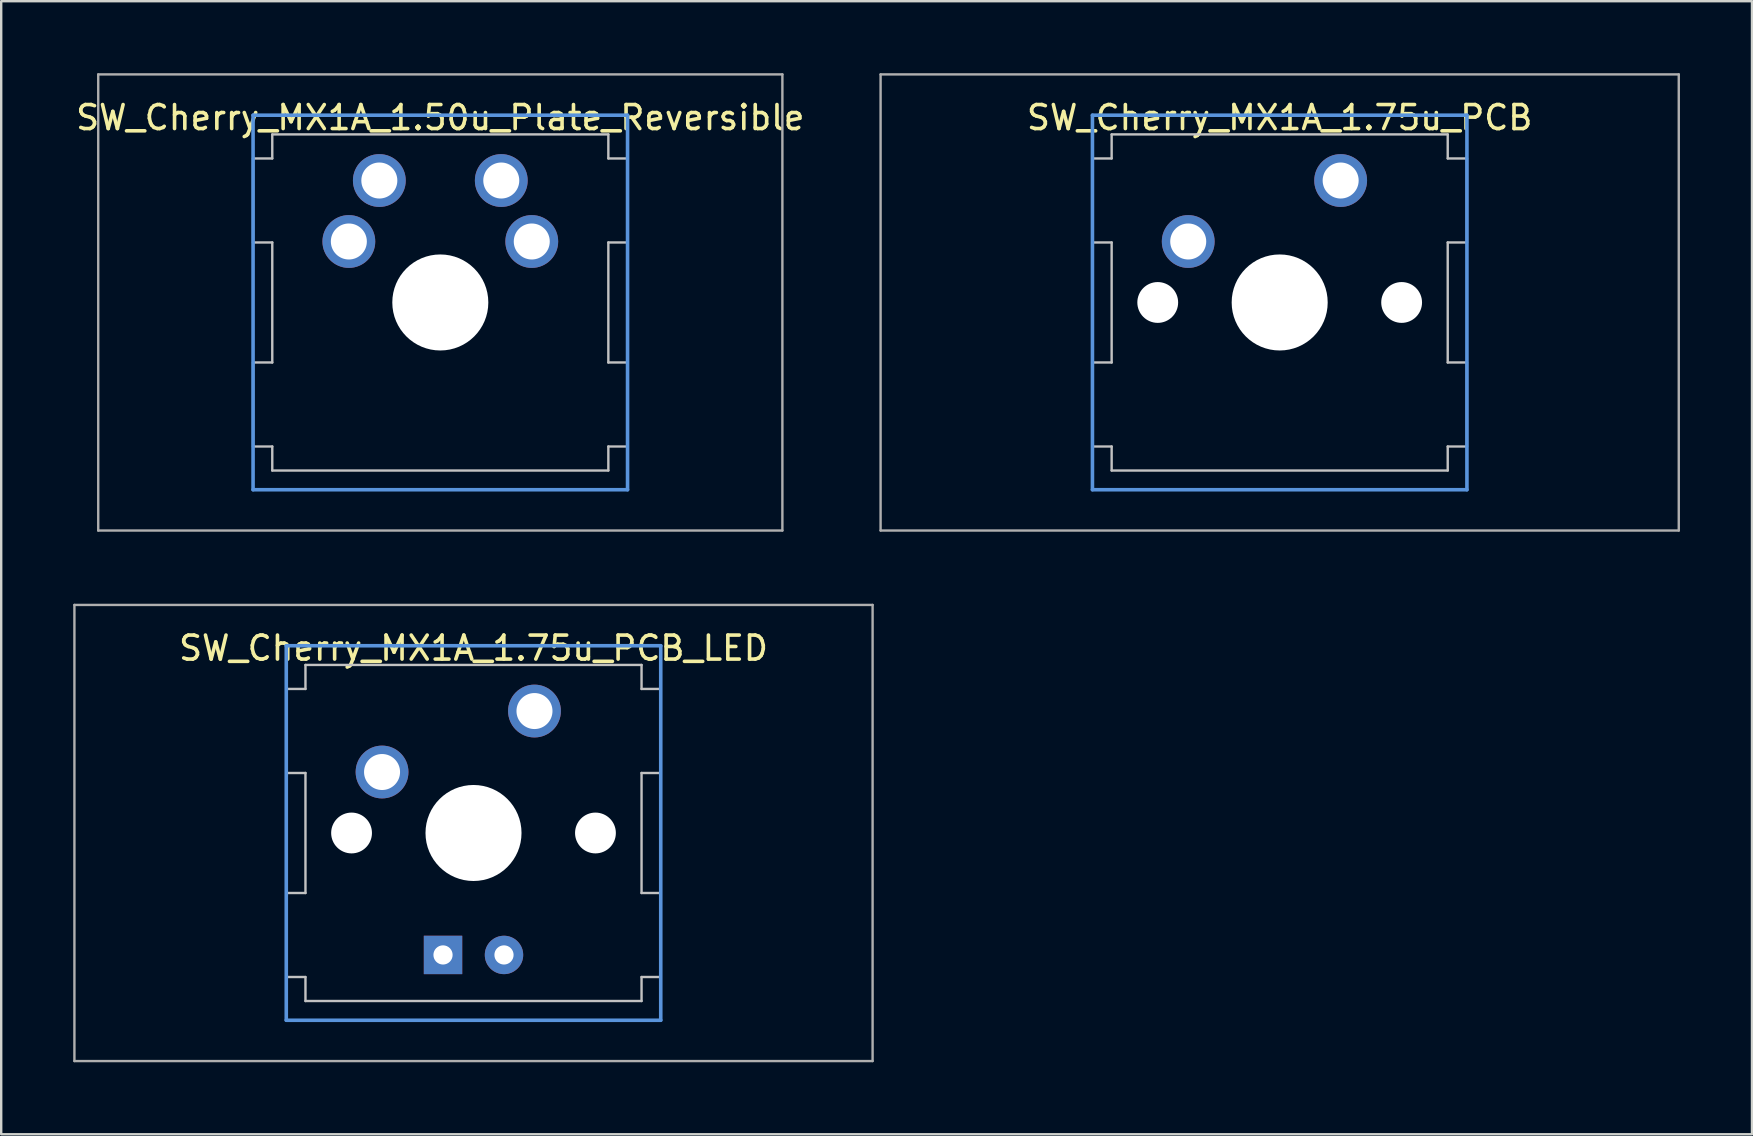
<source format=kicad_pcb>
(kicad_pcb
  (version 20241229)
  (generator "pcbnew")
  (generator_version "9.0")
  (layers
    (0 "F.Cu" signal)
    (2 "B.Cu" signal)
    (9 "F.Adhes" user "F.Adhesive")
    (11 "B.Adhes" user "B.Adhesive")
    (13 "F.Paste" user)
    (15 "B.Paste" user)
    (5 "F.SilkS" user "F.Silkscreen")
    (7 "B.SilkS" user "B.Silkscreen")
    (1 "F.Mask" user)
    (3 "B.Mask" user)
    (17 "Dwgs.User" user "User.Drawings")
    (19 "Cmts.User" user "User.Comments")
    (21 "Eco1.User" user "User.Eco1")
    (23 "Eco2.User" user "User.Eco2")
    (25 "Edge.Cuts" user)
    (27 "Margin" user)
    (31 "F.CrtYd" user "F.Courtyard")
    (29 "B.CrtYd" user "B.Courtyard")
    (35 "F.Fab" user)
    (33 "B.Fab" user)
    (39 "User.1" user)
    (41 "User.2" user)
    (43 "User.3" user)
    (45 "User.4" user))
  (footprint "SW_Cherry_MX1A_1.75u_PCB"
    (layer "F.Cu")
    (at 50.258 9.55)
    (property "Reference" "SW_Cherry_MX1A_1.75u_PCB" (at 0 -7.7 0) (layer "F.SilkS") (effects (font (size 1 1) (thickness 0.15))))
    (attr through_hole)
    (fp_line (start -7.8 -6) (end -7 -6) (stroke (width 0.1) (type solid)) (layer "Dwgs.User"))
    (fp_line (start -7.8 -2.5) (end -7.8 -6) (stroke (width 0.1) (type solid)) (layer "Dwgs.User"))
    (fp_line (start -7.8 -2.5) (end -7 -2.5) (stroke (width 0.1) (type solid)) (layer "Dwgs.User"))
    (fp_line (start -7.8 2.5) (end -7 2.5) (stroke (width 0.1) (type solid)) (layer "Dwgs.User"))
    (fp_line (start -7.8 6) (end -7.8 2.5) (stroke (width 0.1) (type solid)) (layer "Dwgs.User"))
    (fp_line (start -7.8 6) (end -7 6) (stroke (width 0.1) (type solid)) (layer "Dwgs.User"))
    (fp_line (start -7 -7) (end 7 -7) (stroke (width 0.1) (type solid)) (layer "Dwgs.User"))
    (fp_line (start -7 -6) (end -7 -7) (stroke (width 0.1) (type solid)) (layer "Dwgs.User"))
    (fp_line (start -7 -2.5) (end -7 2.5) (stroke (width 0.1) (type solid)) (layer "Dwgs.User"))
    (fp_line (start -7 7) (end -7 6) (stroke (width 0.1) (type solid)) (layer "Dwgs.User"))
    (fp_line (start -7 7) (end 7 7) (stroke (width 0.1) (type solid)) (layer "Dwgs.User"))
    (fp_line (start 7 -6) (end 7 -7) (stroke (width 0.1) (type solid)) (layer "Dwgs.User"))
    (fp_line (start 7 -6) (end 7.8 -6) (stroke (width 0.1) (type solid)) (layer "Dwgs.User"))
    (fp_line (start 7 -2.5) (end 7 2.5) (stroke (width 0.1) (type solid)) (layer "Dwgs.User"))
    (fp_line (start 7 -2.5) (end 7.8 -2.5) (stroke (width 0.1) (type solid)) (layer "Dwgs.User"))
    (fp_line (start 7 2.5) (end 7.8 2.5) (stroke (width 0.1) (type solid)) (layer "Dwgs.User"))
    (fp_line (start 7 6) (end 7.8 6) (stroke (width 0.1) (type solid)) (layer "Dwgs.User"))
    (fp_line (start 7 7) (end 7 6) (stroke (width 0.1) (type solid)) (layer "Dwgs.User"))
    (fp_line (start 7.8 -2.5) (end 7.8 -6) (stroke (width 0.1) (type solid)) (layer "Dwgs.User"))
    (fp_line (start 7.8 6) (end 7.8 2.5) (stroke (width 0.1) (type solid)) (layer "Dwgs.User"))
    (fp_line (start -7.8 -7.8) (end 7.8 -7.8) (stroke (width 0.15) (type solid)) (layer "Cmts.User"))
    (fp_line (start -7.8 7.8) (end -7.8 -7.8) (stroke (width 0.15) (type solid)) (layer "Cmts.User"))
    (fp_line (start 7.8 -7.8) (end 7.8 7.8) (stroke (width 0.15) (type solid)) (layer "Cmts.User"))
    (fp_line (start 7.8 7.8) (end -7.8 7.8) (stroke (width 0.15) (type solid)) (layer "Cmts.User"))
    (fp_line (start -16.625 -9.5) (end 16.625 -9.5) (stroke (width 0.1) (type solid)) (layer "F.Fab"))
    (fp_line (start -16.625 9.5) (end -16.625 -9.5) (stroke (width 0.1) (type solid)) (layer "F.Fab"))
    (fp_line (start 16.625 -9.5) (end 16.625 9.5) (stroke (width 0.1) (type solid)) (layer "F.Fab"))
    (fp_line (start 16.625 9.5) (end -16.625 9.5) (stroke (width 0.1) (type solid)) (layer "F.Fab"))
    (pad "" np_thru_hole circle (at -5.08 0) (size 1.7 1.7) (drill 1.7) (layers "*.Cu" "*.Mask"))
    (pad "" np_thru_hole circle (at 0 0) (size 4 4) (drill 4) (layers "*.Cu" "*.Mask"))
    (pad "" np_thru_hole circle (at 5.08 0) (size 1.7 1.7) (drill 1.7) (layers "*.Cu" "*.Mask"))
    (pad "1" thru_hole circle (at -3.81 -2.54) (size 2.2 2.2) (drill 1.5) (layers "*.Cu" "*.Mask"))
    (pad "2" thru_hole circle (at 2.54 -5.08) (size 2.2 2.2) (drill 1.5) (layers "*.Cu" "*.Mask")))
  (footprint "SW_Cherry_MX1A_1.75u_PCB_LED"
    (layer "F.Cu")
    (at 16.675 31.65)
    (property "Reference" "SW_Cherry_MX1A_1.75u_PCB_LED" (at 0 -7.7 0) (layer "F.SilkS") (effects (font (size 1 1) (thickness 0.15))))
    (attr through_hole)
    (fp_line (start -7.8 -6) (end -7 -6) (stroke (width 0.1) (type solid)) (layer "Dwgs.User"))
    (fp_line (start -7.8 -2.5) (end -7.8 -6) (stroke (width 0.1) (type solid)) (layer "Dwgs.User"))
    (fp_line (start -7.8 -2.5) (end -7 -2.5) (stroke (width 0.1) (type solid)) (layer "Dwgs.User"))
    (fp_line (start -7.8 2.5) (end -7 2.5) (stroke (width 0.1) (type solid)) (layer "Dwgs.User"))
    (fp_line (start -7.8 6) (end -7.8 2.5) (stroke (width 0.1) (type solid)) (layer "Dwgs.User"))
    (fp_line (start -7.8 6) (end -7 6) (stroke (width 0.1) (type solid)) (layer "Dwgs.User"))
    (fp_line (start -7 -7) (end 7 -7) (stroke (width 0.1) (type solid)) (layer "Dwgs.User"))
    (fp_line (start -7 -6) (end -7 -7) (stroke (width 0.1) (type solid)) (layer "Dwgs.User"))
    (fp_line (start -7 -2.5) (end -7 2.5) (stroke (width 0.1) (type solid)) (layer "Dwgs.User"))
    (fp_line (start -7 7) (end -7 6) (stroke (width 0.1) (type solid)) (layer "Dwgs.User"))
    (fp_line (start -7 7) (end 7 7) (stroke (width 0.1) (type solid)) (layer "Dwgs.User"))
    (fp_line (start 7 -6) (end 7 -7) (stroke (width 0.1) (type solid)) (layer "Dwgs.User"))
    (fp_line (start 7 -6) (end 7.8 -6) (stroke (width 0.1) (type solid)) (layer "Dwgs.User"))
    (fp_line (start 7 -2.5) (end 7 2.5) (stroke (width 0.1) (type solid)) (layer "Dwgs.User"))
    (fp_line (start 7 -2.5) (end 7.8 -2.5) (stroke (width 0.1) (type solid)) (layer "Dwgs.User"))
    (fp_line (start 7 2.5) (end 7.8 2.5) (stroke (width 0.1) (type solid)) (layer "Dwgs.User"))
    (fp_line (start 7 6) (end 7.8 6) (stroke (width 0.1) (type solid)) (layer "Dwgs.User"))
    (fp_line (start 7 7) (end 7 6) (stroke (width 0.1) (type solid)) (layer "Dwgs.User"))
    (fp_line (start 7.8 -2.5) (end 7.8 -6) (stroke (width 0.1) (type solid)) (layer "Dwgs.User"))
    (fp_line (start 7.8 6) (end 7.8 2.5) (stroke (width 0.1) (type solid)) (layer "Dwgs.User"))
    (fp_line (start -7.8 -7.8) (end 7.8 -7.8) (stroke (width 0.15) (type solid)) (layer "Cmts.User"))
    (fp_line (start -7.8 7.8) (end -7.8 -7.8) (stroke (width 0.15) (type solid)) (layer "Cmts.User"))
    (fp_line (start 7.8 -7.8) (end 7.8 7.8) (stroke (width 0.15) (type solid)) (layer "Cmts.User"))
    (fp_line (start 7.8 7.8) (end -7.8 7.8) (stroke (width 0.15) (type solid)) (layer "Cmts.User"))
    (fp_line (start -16.625 -9.5) (end 16.625 -9.5) (stroke (width 0.1) (type solid)) (layer "F.Fab"))
    (fp_line (start -16.625 9.5) (end -16.625 -9.5) (stroke (width 0.1) (type solid)) (layer "F.Fab"))
    (fp_line (start 16.625 -9.5) (end 16.625 9.5) (stroke (width 0.1) (type solid)) (layer "F.Fab"))
    (fp_line (start 16.625 9.5) (end -16.625 9.5) (stroke (width 0.1) (type solid)) (layer "F.Fab"))
    (pad "" np_thru_hole circle (at -5.08 0) (size 1.7 1.7) (drill 1.7) (layers "*.Cu" "*.Mask"))
    (pad "" np_thru_hole circle (at 0 0) (size 4 4) (drill 4) (layers "*.Cu" "*.Mask"))
    (pad "" np_thru_hole circle (at 5.08 0) (size 1.7 1.7) (drill 1.7) (layers "*.Cu" "*.Mask"))
    (pad "1" thru_hole circle (at -3.81 -2.54) (size 2.2 2.2) (drill 1.5) (layers "*.Cu" "*.Mask"))
    (pad "2" thru_hole circle (at 2.54 -5.08) (size 2.2 2.2) (drill 1.5) (layers "*.Cu" "*.Mask"))
    (pad "3" thru_hole rect (at -1.27 5.08) (size 1.6 1.6) (drill 0.8) (layers "*.Cu" "*.Mask"))
    (pad "4" thru_hole circle (at 1.27 5.08) (size 1.6 1.6) (drill 0.8) (layers "*.Cu" "*.Mask")))
  (footprint "SW_Cherry_MX1A_1.50u_Plate_Reversible"
    (layer "F.Cu")
    (at 15.292 9.55)
    (property "Reference" "SW_Cherry_MX1A_1.50u_Plate_Reversible" (at 0 -7.7 0) (layer "F.SilkS") (effects (font (size 1 1) (thickness 0.15))))
    (attr through_hole)
    (fp_line (start -7.8 -6) (end -7 -6) (stroke (width 0.1) (type solid)) (layer "Dwgs.User"))
    (fp_line (start -7.8 -2.5) (end -7.8 -6) (stroke (width 0.1) (type solid)) (layer "Dwgs.User"))
    (fp_line (start -7.8 -2.5) (end -7 -2.5) (stroke (width 0.1) (type solid)) (layer "Dwgs.User"))
    (fp_line (start -7.8 2.5) (end -7 2.5) (stroke (width 0.1) (type solid)) (layer "Dwgs.User"))
    (fp_line (start -7.8 6) (end -7.8 2.5) (stroke (width 0.1) (type solid)) (layer "Dwgs.User"))
    (fp_line (start -7.8 6) (end -7 6) (stroke (width 0.1) (type solid)) (layer "Dwgs.User"))
    (fp_line (start -7 -7) (end 7 -7) (stroke (width 0.1) (type solid)) (layer "Dwgs.User"))
    (fp_line (start -7 -6) (end -7 -7) (stroke (width 0.1) (type solid)) (layer "Dwgs.User"))
    (fp_line (start -7 -2.5) (end -7 2.5) (stroke (width 0.1) (type solid)) (layer "Dwgs.User"))
    (fp_line (start -7 7) (end -7 6) (stroke (width 0.1) (type solid)) (layer "Dwgs.User"))
    (fp_line (start -7 7) (end 7 7) (stroke (width 0.1) (type solid)) (layer "Dwgs.User"))
    (fp_line (start 7 -6) (end 7 -7) (stroke (width 0.1) (type solid)) (layer "Dwgs.User"))
    (fp_line (start 7 -6) (end 7.8 -6) (stroke (width 0.1) (type solid)) (layer "Dwgs.User"))
    (fp_line (start 7 -2.5) (end 7 2.5) (stroke (width 0.1) (type solid)) (layer "Dwgs.User"))
    (fp_line (start 7 -2.5) (end 7.8 -2.5) (stroke (width 0.1) (type solid)) (layer "Dwgs.User"))
    (fp_line (start 7 2.5) (end 7.8 2.5) (stroke (width 0.1) (type solid)) (layer "Dwgs.User"))
    (fp_line (start 7 6) (end 7.8 6) (stroke (width 0.1) (type solid)) (layer "Dwgs.User"))
    (fp_line (start 7 7) (end 7 6) (stroke (width 0.1) (type solid)) (layer "Dwgs.User"))
    (fp_line (start 7.8 -2.5) (end 7.8 -6) (stroke (width 0.1) (type solid)) (layer "Dwgs.User"))
    (fp_line (start 7.8 6) (end 7.8 2.5) (stroke (width 0.1) (type solid)) (layer "Dwgs.User"))
    (fp_line (start -7.8 -7.8) (end 7.8 -7.8) (stroke (width 0.15) (type solid)) (layer "Cmts.User"))
    (fp_line (start -7.8 7.8) (end -7.8 -7.8) (stroke (width 0.15) (type solid)) (layer "Cmts.User"))
    (fp_line (start 7.8 -7.8) (end 7.8 7.8) (stroke (width 0.15) (type solid)) (layer "Cmts.User"))
    (fp_line (start 7.8 7.8) (end -7.8 7.8) (stroke (width 0.15) (type solid)) (layer "Cmts.User"))
    (fp_line (start -14.25 -9.5) (end 14.25 -9.5) (stroke (width 0.1) (type solid)) (layer "F.Fab"))
    (fp_line (start -14.25 9.5) (end -14.25 -9.5) (stroke (width 0.1) (type solid)) (layer "F.Fab"))
    (fp_line (start 14.25 -9.5) (end 14.25 9.5) (stroke (width 0.1) (type solid)) (layer "F.Fab"))
    (fp_line (start 14.25 9.5) (end -14.25 9.5) (stroke (width 0.1) (type solid)) (layer "F.Fab"))
    (pad "" np_thru_hole circle (at 0 0) (size 4 4) (drill 4) (layers "*.Cu" "*.Mask"))
    (pad "1" thru_hole circle (at -3.81 -2.54) (size 2.2 2.2) (drill 1.5) (layers "*.Cu" "*.Mask"))
    (pad "1" thru_hole circle (at -2.54 -5.08) (size 2.2 2.2) (drill 1.5) (layers "*.Cu" "*.Mask"))
    (pad "2" thru_hole circle (at 2.54 -5.08) (size 2.2 2.2) (drill 1.5) (layers "*.Cu" "*.Mask"))
    (pad "2" thru_hole circle (at 3.81 -2.54) (size 2.2 2.2) (drill 1.5) (layers "*.Cu" "*.Mask")))
  (gr_rect
    (start -3 -3)
    (end 69.933 44.2)
    (stroke (width 0.1) (type default))
    (fill no)
    (layer "Edge.Cuts")))
</source>
